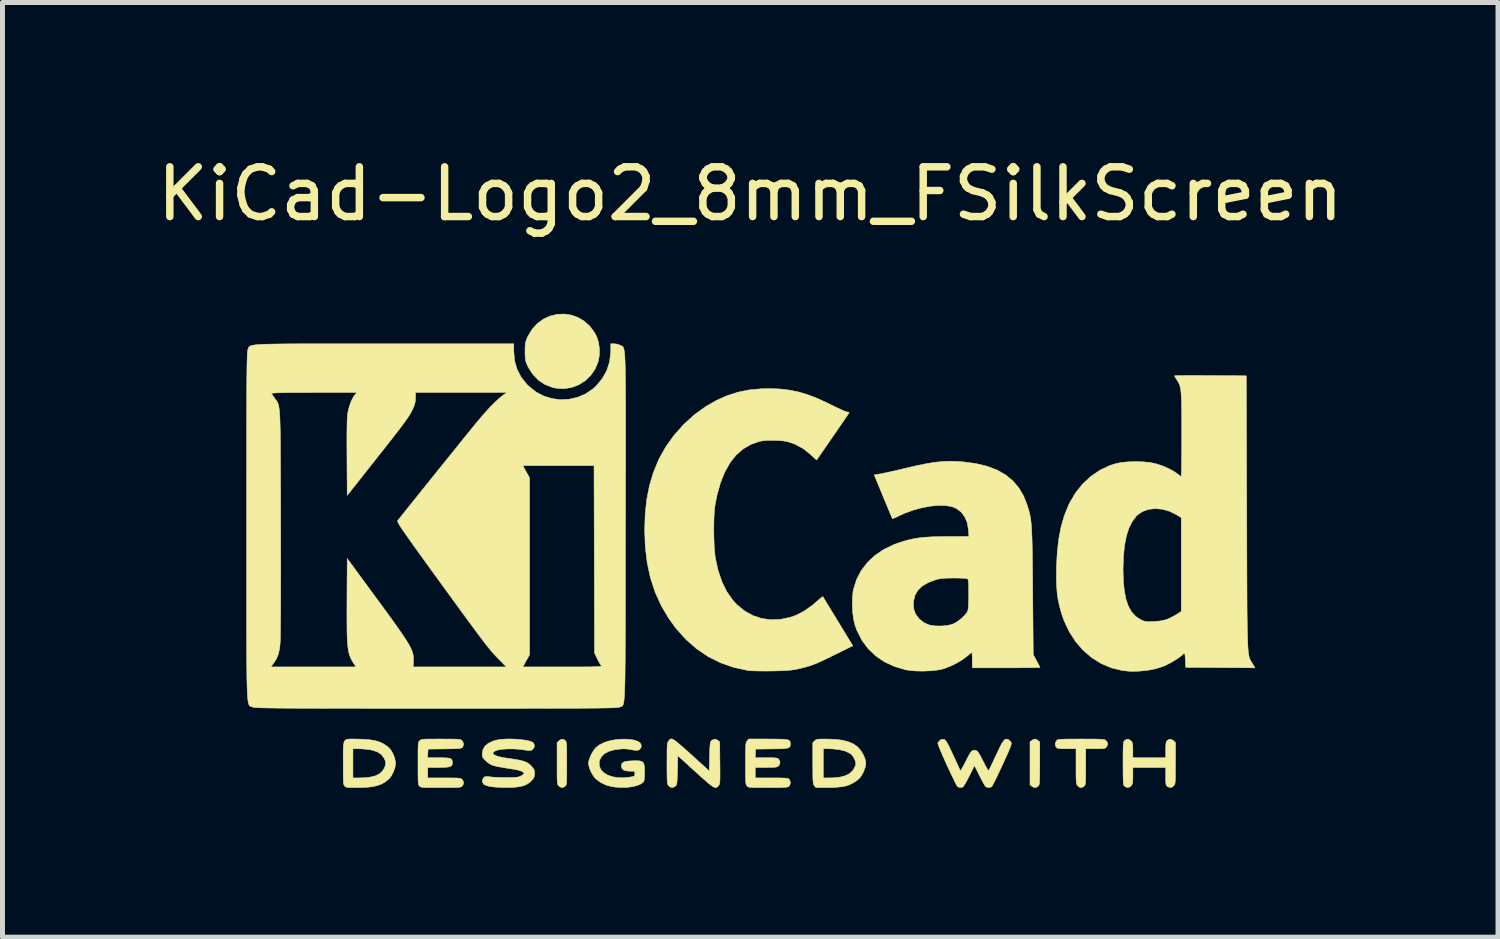
<source format=kicad_pcb>
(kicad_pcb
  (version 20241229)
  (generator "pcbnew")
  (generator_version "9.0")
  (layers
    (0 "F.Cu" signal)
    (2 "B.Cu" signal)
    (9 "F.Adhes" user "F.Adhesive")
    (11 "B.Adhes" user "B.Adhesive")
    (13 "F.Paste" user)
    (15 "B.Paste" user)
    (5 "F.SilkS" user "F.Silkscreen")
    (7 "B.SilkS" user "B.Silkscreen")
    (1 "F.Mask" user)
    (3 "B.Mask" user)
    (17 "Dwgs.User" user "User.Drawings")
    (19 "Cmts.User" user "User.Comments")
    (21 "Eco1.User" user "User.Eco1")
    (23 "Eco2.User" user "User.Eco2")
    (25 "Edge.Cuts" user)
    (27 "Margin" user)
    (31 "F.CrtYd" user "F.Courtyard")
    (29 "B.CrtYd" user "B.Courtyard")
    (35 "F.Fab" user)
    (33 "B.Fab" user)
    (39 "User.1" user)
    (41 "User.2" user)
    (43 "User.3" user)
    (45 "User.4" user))
  (footprint "KiCad-Logo2_8mm_FSilkScreen"
    (layer "F.Cu")
    (at 12.03 7.198)
    (property "Reference" "KiCad-Logo2_8mm_FSilkScreen" (at 0 -6.35 0) (layer "F.SilkS") (effects (font (size 1 1) (thickness 0.15))))
    (attr exclude_from_pos_files exclude_from_bom)
    (fp_poly (pts (xy 5.752 4.615) (xy 5.783 4.635) (xy 5.819 4.664) (xy 5.819 5.092) (xy 5.819 5.217) (xy 5.818 5.316) (xy 5.817 5.391) (xy 5.815 5.447) (xy 5.812 5.487) (xy 5.808 5.515) (xy 5.802 5.533) (xy 5.795 5.545) (xy 5.79 5.552) (xy 5.748 5.579) (xy 5.701 5.578) (xy 5.659 5.555) (xy 5.623 5.526) (xy 5.623 4.664) (xy 5.659 4.635) (xy 5.693 4.614) (xy 5.721 4.606) (xy 5.752 4.615)) (stroke (width 0.01) (type solid)) (fill yes) (layer "F.SilkS"))
    (fp_poly (pts (xy -3.718 4.636) (xy -3.709 4.647) (xy -3.702 4.66) (xy -3.697 4.679) (xy -3.693 4.708) (xy -3.69 4.751) (xy -3.689 4.811) (xy -3.688 4.89) (xy -3.688 4.994) (xy -3.688 5.095) (xy -3.688 5.22) (xy -3.688 5.318) (xy -3.689 5.393) (xy -3.691 5.449) (xy -3.694 5.489) (xy -3.698 5.516) (xy -3.703 5.533) (xy -3.711 5.545) (xy -3.718 5.553) (xy -3.762 5.579) (xy -3.808 5.577) (xy -3.85 5.549) (xy -3.86 5.537) (xy -3.867 5.524) (xy -3.873 5.506) (xy -3.877 5.479) (xy -3.88 5.439) (xy -3.882 5.383) (xy -3.883 5.308) (xy -3.883 5.209) (xy -3.883 5.097) (xy -3.883 4.68) (xy -3.846 4.643) (xy -3.801 4.612) (xy -3.756 4.611) (xy -3.718 4.636)) (stroke (width 0.01) (type solid)) (fill yes) (layer "F.SilkS"))
    (fp_poly (pts (xy -3.602 -3.916) (xy -3.466 -3.869) (xy -3.339 -3.794) (xy -3.226 -3.693) (xy -3.13 -3.564) (xy -3.087 -3.483) (xy -3.05 -3.37) (xy -3.032 -3.239) (xy -3.034 -3.105) (xy -3.056 -2.983) (xy -3.117 -2.834) (xy -3.205 -2.705) (xy -3.315 -2.598) (xy -3.444 -2.516) (xy -3.587 -2.461) (xy -3.739 -2.436) (xy -3.896 -2.444) (xy -3.973 -2.46) (xy -4.124 -2.519) (xy -4.258 -2.608) (xy -4.372 -2.726) (xy -4.463 -2.869) (xy -4.47 -2.885) (xy -4.497 -2.943) (xy -4.513 -2.993) (xy -4.522 -3.045) (xy -4.526 -3.111) (xy -4.527 -3.184) (xy -4.526 -3.271) (xy -4.521 -3.334) (xy -4.511 -3.385) (xy -4.492 -3.436) (xy -4.469 -3.487) (xy -4.384 -3.63) (xy -4.279 -3.745) (xy -4.158 -3.834) (xy -4.026 -3.895) (xy -3.886 -3.929) (xy -3.744 -3.936) (xy -3.602 -3.916)) (stroke (width 0.01) (type solid)) (fill yes) (layer "F.SilkS"))
    (fp_poly (pts (xy 6.783 4.607) (xy 6.887 4.607) (xy 6.969 4.608) (xy 7.03 4.61) (xy 7.074 4.613) (xy 7.105 4.616) (xy 7.126 4.621) (xy 7.139 4.628) (xy 7.146 4.633) (xy 7.18 4.676) (xy 7.184 4.721) (xy 7.163 4.762) (xy 7.149 4.778) (xy 7.134 4.789) (xy 7.113 4.796) (xy 7.079 4.8) (xy 7.027 4.801) (xy 6.952 4.802) (xy 6.937 4.802) (xy 6.743 4.802) (xy 6.743 5.163) (xy 6.743 5.276) (xy 6.742 5.364) (xy 6.741 5.429) (xy 6.739 5.475) (xy 6.735 5.507) (xy 6.729 5.528) (xy 6.722 5.543) (xy 6.713 5.553) (xy 6.669 5.58) (xy 6.623 5.578) (xy 6.582 5.547) (xy 6.579 5.544) (xy 6.569 5.53) (xy 6.561 5.513) (xy 6.556 5.49) (xy 6.552 5.457) (xy 6.55 5.409) (xy 6.548 5.343) (xy 6.548 5.254) (xy 6.548 5.153) (xy 6.548 4.802) (xy 6.362 4.802) (xy 6.282 4.801) (xy 6.227 4.799) (xy 6.191 4.795) (xy 6.168 4.787) (xy 6.153 4.776) (xy 6.152 4.774) (xy 6.13 4.73) (xy 6.132 4.68) (xy 6.157 4.636) (xy 6.167 4.628) (xy 6.179 4.621) (xy 6.198 4.616) (xy 6.226 4.612) (xy 6.267 4.61) (xy 6.324 4.608) (xy 6.4 4.607) (xy 6.499 4.607) (xy 6.624 4.606) (xy 6.651 4.606) (xy 6.783 4.607)) (stroke (width 0.01) (type solid)) (fill yes) (layer "F.SilkS"))
    (fp_poly (pts (xy 8.468 4.614) (xy 8.51 4.643) (xy 8.547 4.68) (xy 8.547 5.092) (xy 8.546 5.214) (xy 8.546 5.31) (xy 8.545 5.384) (xy 8.543 5.438) (xy 8.54 5.476) (xy 8.536 5.503) (xy 8.529 5.521) (xy 8.522 5.535) (xy 8.515 5.544) (xy 8.474 5.576) (xy 8.427 5.58) (xy 8.385 5.56) (xy 8.37 5.548) (xy 8.361 5.532) (xy 8.355 5.507) (xy 8.352 5.466) (xy 8.351 5.405) (xy 8.351 5.357) (xy 8.351 5.178) (xy 7.69 5.178) (xy 7.69 5.341) (xy 7.689 5.416) (xy 7.686 5.467) (xy 7.681 5.501) (xy 7.671 5.526) (xy 7.659 5.544) (xy 7.618 5.576) (xy 7.571 5.58) (xy 7.526 5.557) (xy 7.514 5.545) (xy 7.506 5.529) (xy 7.5 5.504) (xy 7.497 5.465) (xy 7.495 5.406) (xy 7.494 5.324) (xy 7.494 5.305) (xy 7.493 5.15) (xy 7.493 5.023) (xy 7.493 4.919) (xy 7.494 4.838) (xy 7.495 4.775) (xy 7.497 4.728) (xy 7.501 4.695) (xy 7.505 4.671) (xy 7.51 4.656) (xy 7.517 4.645) (xy 7.525 4.636) (xy 7.567 4.61) (xy 7.611 4.614) (xy 7.653 4.643) (xy 7.67 4.662) (xy 7.681 4.684) (xy 7.687 4.714) (xy 7.689 4.76) (xy 7.69 4.828) (xy 7.69 4.982) (xy 8.351 4.982) (xy 8.351 4.824) (xy 8.352 4.752) (xy 8.355 4.703) (xy 8.36 4.671) (xy 8.37 4.649) (xy 8.381 4.636) (xy 8.424 4.61) (xy 8.468 4.614)) (stroke (width 0.01) (type solid)) (fill yes) (layer "F.SilkS"))
    (fp_poly (pts (xy 1.531 4.607) (xy 1.703 4.612) (xy 1.849 4.63) (xy 1.971 4.661) (xy 2.073 4.705) (xy 2.157 4.764) (xy 2.224 4.84) (xy 2.278 4.932) (xy 2.279 4.934) (xy 2.311 5.017) (xy 2.323 5.09) (xy 2.314 5.164) (xy 2.283 5.248) (xy 2.278 5.261) (xy 2.239 5.336) (xy 2.195 5.394) (xy 2.139 5.443) (xy 2.062 5.492) (xy 2.057 5.494) (xy 1.99 5.527) (xy 1.915 5.551) (xy 1.825 5.567) (xy 1.718 5.578) (xy 1.586 5.582) (xy 1.54 5.583) (xy 1.319 5.583) (xy 1.288 5.544) (xy 1.279 5.531) (xy 1.272 5.516) (xy 1.266 5.494) (xy 1.263 5.464) (xy 1.26 5.42) (xy 1.259 5.388) (xy 1.468 5.388) (xy 1.593 5.388) (xy 1.666 5.386) (xy 1.741 5.38) (xy 1.802 5.372) (xy 1.806 5.372) (xy 1.916 5.342) (xy 2 5.298) (xy 2.064 5.237) (xy 2.107 5.157) (xy 2.115 5.136) (xy 2.122 5.103) (xy 2.119 5.071) (xy 2.103 5.028) (xy 2.094 5.006) (xy 2.063 4.95) (xy 2.025 4.91) (xy 1.984 4.883) (xy 1.902 4.847) (xy 1.796 4.821) (xy 1.673 4.806) (xy 1.584 4.802) (xy 1.468 4.802) (xy 1.468 5.388) (xy 1.259 5.388) (xy 1.258 5.36) (xy 1.258 5.279) (xy 1.257 5.174) (xy 1.257 5.092) (xy 1.257 4.68) (xy 1.294 4.643) (xy 1.31 4.628) (xy 1.328 4.618) (xy 1.353 4.612) (xy 1.39 4.608) (xy 1.446 4.607) (xy 1.526 4.607) (xy 1.531 4.607)) (stroke (width 0.01) (type solid)) (fill yes) (layer "F.SilkS"))
    (fp_poly (pts (xy -7.975 4.606) (xy -7.922 4.607) (xy -7.768 4.611) (xy -7.639 4.622) (xy -7.531 4.641) (xy -7.439 4.67) (xy -7.358 4.711) (xy -7.286 4.763) (xy -7.259 4.785) (xy -7.216 4.838) (xy -7.177 4.91) (xy -7.147 4.99) (xy -7.131 5.067) (xy -7.129 5.095) (xy -7.14 5.173) (xy -7.169 5.259) (xy -7.21 5.34) (xy -7.259 5.404) (xy -7.267 5.412) (xy -7.335 5.467) (xy -7.409 5.51) (xy -7.493 5.541) (xy -7.593 5.564) (xy -7.712 5.577) (xy -7.854 5.583) (xy -7.919 5.583) (xy -8.002 5.583) (xy -8.06 5.581) (xy -8.099 5.578) (xy -8.125 5.571) (xy -8.142 5.562) (xy -8.151 5.553) (xy -8.16 5.543) (xy -8.167 5.53) (xy -8.172 5.511) (xy -8.176 5.481) (xy -8.179 5.439) (xy -8.18 5.379) (xy -8.181 5.299) (xy -8.181 5.196) (xy -8.181 5.095) (xy -8.182 4.961) (xy -8.182 4.853) (xy -8.18 4.802) (xy -7.986 4.802) (xy -7.986 5.388) (xy -7.862 5.388) (xy -7.787 5.386) (xy -7.709 5.38) (xy -7.644 5.372) (xy -7.642 5.372) (xy -7.537 5.347) (xy -7.455 5.307) (xy -7.393 5.251) (xy -7.353 5.189) (xy -7.329 5.122) (xy -7.331 5.058) (xy -7.359 4.99) (xy -7.414 4.919) (xy -7.491 4.867) (xy -7.59 4.832) (xy -7.657 4.819) (xy -7.732 4.811) (xy -7.812 4.804) (xy -7.881 4.802) (xy -7.885 4.802) (xy -7.986 4.802) (xy -8.18 4.802) (xy -8.18 4.77) (xy -8.174 4.708) (xy -8.163 4.663) (xy -8.145 4.634) (xy -8.119 4.617) (xy -8.083 4.608) (xy -8.036 4.606) (xy -7.975 4.606)) (stroke (width 0.01) (type solid)) (fill yes) (layer "F.SilkS"))
    (fp_poly (pts (xy -1.556 4.612) (xy -1.524 4.631) (xy -1.483 4.661) (xy -1.431 4.704) (xy -1.364 4.762) (xy -1.281 4.835) (xy -1.18 4.926) (xy -1.065 5.031) (xy -0.824 5.249) (xy -0.817 4.957) (xy -0.814 4.856) (xy -0.812 4.781) (xy -0.808 4.727) (xy -0.804 4.691) (xy -0.799 4.667) (xy -0.79 4.651) (xy -0.78 4.64) (xy -0.774 4.635) (xy -0.728 4.61) (xy -0.684 4.614) (xy -0.649 4.635) (xy -0.614 4.664) (xy -0.61 5.083) (xy -0.608 5.206) (xy -0.608 5.303) (xy -0.608 5.377) (xy -0.609 5.432) (xy -0.612 5.471) (xy -0.616 5.499) (xy -0.621 5.518) (xy -0.629 5.532) (xy -0.637 5.543) (xy -0.655 5.564) (xy -0.673 5.578) (xy -0.693 5.583) (xy -0.718 5.578) (xy -0.751 5.562) (xy -0.793 5.533) (xy -0.848 5.489) (xy -0.917 5.429) (xy -1.004 5.352) (xy -1.102 5.263) (xy -1.456 4.942) (xy -1.463 5.234) (xy -1.466 5.335) (xy -1.469 5.41) (xy -1.472 5.463) (xy -1.476 5.5) (xy -1.482 5.523) (xy -1.49 5.539) (xy -1.501 5.55) (xy -1.506 5.555) (xy -1.555 5.58) (xy -1.602 5.576) (xy -1.642 5.544) (xy -1.652 5.531) (xy -1.659 5.515) (xy -1.664 5.494) (xy -1.668 5.464) (xy -1.671 5.42) (xy -1.672 5.359) (xy -1.673 5.278) (xy -1.674 5.173) (xy -1.674 5.095) (xy -1.673 4.973) (xy -1.673 4.878) (xy -1.672 4.805) (xy -1.67 4.751) (xy -1.667 4.713) (xy -1.662 4.686) (xy -1.656 4.668) (xy -1.648 4.654) (xy -1.642 4.646) (xy -1.627 4.627) (xy -1.613 4.613) (xy -1.598 4.605) (xy -1.58 4.604) (xy -1.556 4.612)) (stroke (width 0.01) (type solid)) (fill yes) (layer "F.SilkS"))
    (fp_poly (pts (xy -2.421 4.614) (xy -2.33 4.629) (xy -2.26 4.653) (xy -2.214 4.684) (xy -2.202 4.702) (xy -2.189 4.744) (xy -2.198 4.781) (xy -2.225 4.817) (xy -2.266 4.834) (xy -2.327 4.832) (xy -2.374 4.823) (xy -2.478 4.806) (xy -2.584 4.804) (xy -2.703 4.818) (xy -2.736 4.824) (xy -2.846 4.855) (xy -2.933 4.902) (xy -2.994 4.963) (xy -3.03 5.037) (xy -3.037 5.075) (xy -3.032 5.154) (xy -3.001 5.223) (xy -2.947 5.281) (xy -2.872 5.328) (xy -2.779 5.362) (xy -2.671 5.382) (xy -2.551 5.386) (xy -2.422 5.373) (xy -2.415 5.371) (xy -2.364 5.362) (xy -2.335 5.353) (xy -2.323 5.339) (xy -2.32 5.316) (xy -2.32 5.304) (xy -2.32 5.253) (xy -2.411 5.253) (xy -2.492 5.247) (xy -2.546 5.23) (xy -2.578 5.198) (xy -2.59 5.152) (xy -2.59 5.146) (xy -2.583 5.106) (xy -2.56 5.078) (xy -2.517 5.059) (xy -2.45 5.049) (xy -2.385 5.045) (xy -2.291 5.042) (xy -2.223 5.046) (xy -2.176 5.059) (xy -2.147 5.085) (xy -2.132 5.127) (xy -2.126 5.191) (xy -2.124 5.273) (xy -2.126 5.366) (xy -2.132 5.429) (xy -2.141 5.462) (xy -2.143 5.465) (xy -2.195 5.507) (xy -2.271 5.54) (xy -2.366 5.564) (xy -2.476 5.578) (xy -2.596 5.58) (xy -2.72 5.572) (xy -2.793 5.561) (xy -2.908 5.528) (xy -3.015 5.475) (xy -3.104 5.406) (xy -3.118 5.393) (xy -3.162 5.335) (xy -3.202 5.263) (xy -3.232 5.188) (xy -3.25 5.119) (xy -3.252 5.093) (xy -3.243 5.038) (xy -3.219 4.97) (xy -3.186 4.898) (xy -3.146 4.833) (xy -3.112 4.789) (xy -3.031 4.724) (xy -2.926 4.672) (xy -2.801 4.635) (xy -2.66 4.613) (xy -2.53 4.608) (xy -2.421 4.614)) (stroke (width 0.01) (type solid)) (fill yes) (layer "F.SilkS"))
    (fp_poly (pts (xy 0.482 4.607) (xy 0.583 4.608) (xy 0.661 4.611) (xy 0.719 4.616) (xy 0.758 4.624) (xy 0.784 4.636) (xy 0.798 4.652) (xy 0.805 4.673) (xy 0.806 4.699) (xy 0.806 4.703) (xy 0.805 4.733) (xy 0.799 4.756) (xy 0.784 4.774) (xy 0.757 4.786) (xy 0.715 4.794) (xy 0.655 4.8) (xy 0.572 4.803) (xy 0.463 4.805) (xy 0.43 4.805) (xy 0.107 4.809) (xy 0.103 4.896) (xy 0.098 4.982) (xy 0.322 4.982) (xy 0.41 4.982) (xy 0.472 4.984) (xy 0.515 4.987) (xy 0.542 4.992) (xy 0.56 5) (xy 0.573 5.012) (xy 0.573 5.012) (xy 0.596 5.056) (xy 0.595 5.105) (xy 0.571 5.146) (xy 0.566 5.15) (xy 0.549 5.161) (xy 0.525 5.169) (xy 0.49 5.174) (xy 0.438 5.176) (xy 0.364 5.177) (xy 0.316 5.178) (xy 0.1 5.178) (xy 0.1 5.388) (xy 0.428 5.388) (xy 0.537 5.388) (xy 0.619 5.389) (xy 0.679 5.391) (xy 0.721 5.393) (xy 0.749 5.398) (xy 0.767 5.404) (xy 0.778 5.412) (xy 0.781 5.415) (xy 0.803 5.457) (xy 0.805 5.505) (xy 0.787 5.547) (xy 0.773 5.56) (xy 0.758 5.567) (xy 0.736 5.573) (xy 0.702 5.577) (xy 0.653 5.58) (xy 0.585 5.582) (xy 0.495 5.583) (xy 0.379 5.583) (xy 0.353 5.583) (xy 0.235 5.583) (xy 0.143 5.583) (xy 0.075 5.582) (xy 0.025 5.58) (xy -0.01 5.577) (xy -0.033 5.572) (xy -0.048 5.565) (xy -0.059 5.557) (xy -0.065 5.55) (xy -0.074 5.539) (xy -0.081 5.526) (xy -0.086 5.506) (xy -0.09 5.477) (xy -0.093 5.434) (xy -0.094 5.374) (xy -0.095 5.294) (xy -0.095 5.189) (xy -0.095 5.102) (xy -0.095 4.979) (xy -0.095 4.882) (xy -0.094 4.808) (xy -0.092 4.754) (xy -0.089 4.715) (xy -0.085 4.688) (xy -0.079 4.669) (xy -0.071 4.655) (xy -0.064 4.646) (xy -0.033 4.606) (xy 0.353 4.606) (xy 0.482 4.607)) (stroke (width 0.01) (type solid)) (fill yes) (layer "F.SilkS"))
    (fp_poly (pts (xy -6.099 4.607) (xy -6.007 4.607) (xy -5.937 4.608) (xy -5.886 4.61) (xy -5.851 4.614) (xy -5.827 4.618) (xy -5.811 4.625) (xy -5.799 4.633) (xy -5.795 4.637) (xy -5.768 4.678) (xy -5.763 4.726) (xy -5.781 4.768) (xy -5.789 4.777) (xy -5.802 4.785) (xy -5.823 4.791) (xy -5.855 4.796) (xy -5.903 4.8) (xy -5.971 4.802) (xy -6.062 4.804) (xy -6.146 4.805) (xy -6.476 4.809) (xy -6.485 4.982) (xy -6.261 4.982) (xy -6.164 4.983) (xy -6.092 4.986) (xy -6.043 4.994) (xy -6.012 5.007) (xy -5.995 5.028) (xy -5.988 5.057) (xy -5.987 5.084) (xy -5.99 5.117) (xy -6.003 5.141) (xy -6.028 5.158) (xy -6.071 5.169) (xy -6.133 5.175) (xy -6.221 5.177) (xy -6.268 5.178) (xy -6.483 5.178) (xy -6.483 5.388) (xy -6.152 5.388) (xy -6.044 5.388) (xy -5.962 5.389) (xy -5.901 5.39) (xy -5.859 5.393) (xy -5.83 5.397) (xy -5.811 5.404) (xy -5.798 5.412) (xy -5.792 5.418) (xy -5.769 5.454) (xy -5.762 5.486) (xy -5.772 5.525) (xy -5.792 5.553) (xy -5.802 5.562) (xy -5.816 5.569) (xy -5.836 5.575) (xy -5.866 5.578) (xy -5.911 5.581) (xy -5.973 5.582) (xy -6.056 5.583) (xy -6.164 5.583) (xy -6.22 5.583) (xy -6.34 5.583) (xy -6.434 5.583) (xy -6.505 5.582) (xy -6.556 5.58) (xy -6.592 5.576) (xy -6.617 5.572) (xy -6.633 5.566) (xy -6.644 5.558) (xy -6.648 5.553) (xy -6.657 5.543) (xy -6.664 5.53) (xy -6.669 5.511) (xy -6.673 5.481) (xy -6.676 5.438) (xy -6.677 5.379) (xy -6.678 5.298) (xy -6.678 5.194) (xy -6.678 5.097) (xy -6.678 4.973) (xy -6.678 4.876) (xy -6.677 4.801) (xy -6.676 4.746) (xy -6.673 4.707) (xy -6.669 4.681) (xy -6.663 4.663) (xy -6.656 4.651) (xy -6.646 4.641) (xy -6.644 4.639) (xy -6.632 4.629) (xy -6.619 4.622) (xy -6.6 4.616) (xy -6.571 4.612) (xy -6.53 4.609) (xy -6.472 4.607) (xy -6.394 4.607) (xy -6.291 4.606) (xy -6.218 4.606) (xy -6.099 4.607)) (stroke (width 0.01) (type solid)) (fill yes) (layer "F.SilkS"))
    (fp_poly (pts (xy 5.161 4.609) (xy 5.187 4.618) (xy 5.188 4.619) (xy 5.223 4.646) (xy 5.243 4.674) (xy 5.246 4.687) (xy 5.246 4.704) (xy 5.241 4.729) (xy 5.229 4.764) (xy 5.21 4.812) (xy 5.182 4.878) (xy 5.144 4.962) (xy 5.095 5.07) (xy 5.068 5.129) (xy 5.019 5.233) (xy 4.974 5.33) (xy 4.933 5.414) (xy 4.898 5.483) (xy 4.872 5.533) (xy 4.856 5.561) (xy 4.852 5.565) (xy 4.811 5.581) (xy 4.764 5.579) (xy 4.727 5.559) (xy 4.725 5.557) (xy 4.711 5.534) (xy 4.686 5.491) (xy 4.654 5.431) (xy 4.618 5.361) (xy 4.605 5.336) (xy 4.507 5.14) (xy 4.401 5.352) (xy 4.363 5.426) (xy 4.328 5.489) (xy 4.298 5.538) (xy 4.277 5.568) (xy 4.27 5.574) (xy 4.215 5.582) (xy 4.169 5.565) (xy 4.155 5.546) (xy 4.132 5.503) (xy 4.101 5.442) (xy 4.064 5.366) (xy 4.022 5.278) (xy 3.978 5.185) (xy 3.934 5.089) (xy 3.892 4.994) (xy 3.853 4.906) (xy 3.82 4.827) (xy 3.793 4.763) (xy 3.776 4.717) (xy 3.77 4.693) (xy 3.77 4.692) (xy 3.785 4.663) (xy 3.814 4.633) (xy 3.816 4.631) (xy 3.852 4.611) (xy 3.885 4.611) (xy 3.898 4.615) (xy 3.913 4.623) (xy 3.929 4.64) (xy 3.949 4.667) (xy 3.973 4.71) (xy 4.003 4.771) (xy 4.043 4.854) (xy 4.078 4.93) (xy 4.119 5.018) (xy 4.156 5.097) (xy 4.186 5.164) (xy 4.209 5.213) (xy 4.221 5.241) (xy 4.223 5.245) (xy 4.231 5.238) (xy 4.25 5.208) (xy 4.277 5.16) (xy 4.31 5.098) (xy 4.323 5.072) (xy 4.366 4.986) (xy 4.4 4.923) (xy 4.427 4.88) (xy 4.449 4.853) (xy 4.469 4.838) (xy 4.491 4.832) (xy 4.505 4.832) (xy 4.529 4.834) (xy 4.551 4.843) (xy 4.573 4.863) (xy 4.597 4.897) (xy 4.627 4.949) (xy 4.665 5.022) (xy 4.687 5.064) (xy 4.721 5.131) (xy 4.751 5.186) (xy 4.774 5.226) (xy 4.787 5.244) (xy 4.789 5.245) (xy 4.798 5.23) (xy 4.817 5.193) (xy 4.845 5.135) (xy 4.88 5.062) (xy 4.919 4.978) (xy 4.939 4.937) (xy 4.99 4.829) (xy 5.03 4.746) (xy 5.063 4.685) (xy 5.091 4.644) (xy 5.115 4.619) (xy 5.137 4.608) (xy 5.161 4.609)) (stroke (width 0.01) (type solid)) (fill yes) (layer "F.SilkS"))
    (fp_poly (pts (xy -4.74 4.608) (xy -4.64 4.615) (xy -4.548 4.626) (xy -4.467 4.64) (xy -4.405 4.658) (xy -4.365 4.678) (xy -4.359 4.684) (xy -4.338 4.73) (xy -4.345 4.777) (xy -4.377 4.818) (xy -4.379 4.819) (xy -4.398 4.831) (xy -4.418 4.838) (xy -4.446 4.839) (xy -4.489 4.834) (xy -4.554 4.824) (xy -4.559 4.823) (xy -4.656 4.811) (xy -4.761 4.805) (xy -4.865 4.805) (xy -4.963 4.81) (xy -5.047 4.821) (xy -5.108 4.837) (xy -5.112 4.839) (xy -5.157 4.864) (xy -5.173 4.889) (xy -5.161 4.914) (xy -5.121 4.938) (xy -5.056 4.96) (xy -4.965 4.98) (xy -4.905 4.989) (xy -4.78 5.007) (xy -4.68 5.023) (xy -4.601 5.04) (xy -4.54 5.057) (xy -4.492 5.078) (xy -4.453 5.102) (xy -4.417 5.132) (xy -4.389 5.161) (xy -4.356 5.203) (xy -4.339 5.238) (xy -4.334 5.281) (xy -4.334 5.297) (xy -4.338 5.35) (xy -4.353 5.39) (xy -4.38 5.424) (xy -4.434 5.478) (xy -4.495 5.519) (xy -4.567 5.548) (xy -4.653 5.567) (xy -4.76 5.578) (xy -4.891 5.581) (xy -4.912 5.581) (xy -5 5.579) (xy -5.086 5.575) (xy -5.163 5.569) (xy -5.22 5.562) (xy -5.224 5.562) (xy -5.281 5.548) (xy -5.329 5.531) (xy -5.356 5.516) (xy -5.381 5.475) (xy -5.383 5.428) (xy -5.361 5.385) (xy -5.356 5.381) (xy -5.336 5.366) (xy -5.311 5.36) (xy -5.272 5.361) (xy -5.224 5.367) (xy -5.172 5.372) (xy -5.098 5.376) (xy -5.011 5.379) (xy -4.921 5.38) (xy -4.897 5.38) (xy -4.807 5.38) (xy -4.741 5.378) (xy -4.693 5.374) (xy -4.658 5.368) (xy -4.63 5.358) (xy -4.613 5.35) (xy -4.575 5.328) (xy -4.551 5.308) (xy -4.548 5.302) (xy -4.555 5.279) (xy -4.59 5.256) (xy -4.65 5.235) (xy -4.733 5.217) (xy -4.758 5.213) (xy -4.886 5.193) (xy -4.987 5.176) (xy -5.068 5.162) (xy -5.13 5.148) (xy -5.178 5.134) (xy -5.216 5.118) (xy -5.248 5.099) (xy -5.278 5.077) (xy -5.309 5.049) (xy -5.32 5.039) (xy -5.357 5.003) (xy -5.377 4.974) (xy -5.385 4.941) (xy -5.386 4.899) (xy -5.372 4.818) (xy -5.331 4.748) (xy -5.263 4.691) (xy -5.168 4.647) (xy -5.1 4.628) (xy -5.027 4.615) (xy -4.939 4.608) (xy -4.841 4.605) (xy -4.74 4.608)) (stroke (width 0.01) (type solid)) (fill yes) (layer "F.SilkS"))
    (fp_poly (pts (xy 0.581 -2.431) (xy 0.777 -2.409) (xy 0.967 -2.371) (xy 1.158 -2.314) (xy 1.358 -2.236) (xy 1.576 -2.135) (xy 1.615 -2.115) (xy 1.705 -2.071) (xy 1.79 -2.031) (xy 1.861 -1.999) (xy 1.91 -1.979) (xy 1.918 -1.977) (xy 1.991 -1.955) (xy 1.665 -1.481) (xy 1.585 -1.365) (xy 1.512 -1.259) (xy 1.449 -1.167) (xy 1.397 -1.092) (xy 1.359 -1.038) (xy 1.339 -1.008) (xy 1.335 -1.003) (xy 1.322 -1.013) (xy 1.288 -1.043) (xy 1.24 -1.087) (xy 1.214 -1.112) (xy 1.065 -1.231) (xy 0.897 -1.321) (xy 0.753 -1.37) (xy 0.666 -1.386) (xy 0.558 -1.395) (xy 0.44 -1.398) (xy 0.326 -1.395) (xy 0.229 -1.385) (xy 0.19 -1.378) (xy 0.015 -1.317) (xy -0.143 -1.225) (xy -0.284 -1.102) (xy -0.407 -0.947) (xy -0.512 -0.76) (xy -0.599 -0.543) (xy -0.669 -0.294) (xy -0.71 -0.082) (xy -0.721 0.012) (xy -0.728 0.134) (xy -0.732 0.273) (xy -0.733 0.423) (xy -0.73 0.575) (xy -0.725 0.718) (xy -0.716 0.846) (xy -0.704 0.949) (xy -0.702 0.964) (xy -0.646 1.22) (xy -0.569 1.445) (xy -0.472 1.643) (xy -0.353 1.813) (xy -0.269 1.905) (xy -0.117 2.03) (xy 0.049 2.123) (xy 0.227 2.182) (xy 0.414 2.209) (xy 0.607 2.201) (xy 0.803 2.16) (xy 0.92 2.119) (xy 1.08 2.037) (xy 1.246 1.92) (xy 1.339 1.84) (xy 1.391 1.794) (xy 1.432 1.761) (xy 1.455 1.745) (xy 1.458 1.744) (xy 1.469 1.761) (xy 1.496 1.804) (xy 1.537 1.872) (xy 1.59 1.959) (xy 1.653 2.062) (xy 1.723 2.177) (xy 1.762 2.241) (xy 2.061 2.732) (xy 1.688 2.916) (xy 1.553 2.982) (xy 1.444 3.034) (xy 1.354 3.075) (xy 1.276 3.107) (xy 1.203 3.133) (xy 1.13 3.155) (xy 1.049 3.176) (xy 0.971 3.195) (xy 0.901 3.209) (xy 0.829 3.22) (xy 0.746 3.228) (xy 0.645 3.233) (xy 0.52 3.237) (xy 0.435 3.239) (xy 0.315 3.24) (xy 0.199 3.239) (xy 0.096 3.237) (xy 0.013 3.234) (xy -0.042 3.229) (xy -0.045 3.228) (xy -0.33 3.167) (xy -0.598 3.073) (xy -0.848 2.948) (xy -1.08 2.791) (xy -1.295 2.602) (xy -1.492 2.382) (xy -1.635 2.186) (xy -1.787 1.93) (xy -1.91 1.659) (xy -2.005 1.372) (xy -2.071 1.066) (xy -2.11 0.74) (xy -2.122 0.408) (xy -2.112 0.087) (xy -2.08 -0.209) (xy -2.026 -0.486) (xy -1.948 -0.747) (xy -1.845 -0.999) (xy -1.833 -1.025) (xy -1.697 -1.268) (xy -1.531 -1.5) (xy -1.338 -1.716) (xy -1.125 -1.91) (xy -0.894 -2.077) (xy -0.679 -2.2) (xy -0.462 -2.297) (xy -0.244 -2.366) (xy -0.018 -2.412) (xy 0.226 -2.434) (xy 0.372 -2.437) (xy 0.581 -2.431)) (stroke (width 0.01) (type solid)) (fill yes) (layer "F.SilkS"))
    (fp_poly (pts (xy 9.042 -2.7) (xy 9.196 -2.699) (xy 9.248 -2.699) (xy 9.97 -2.694) (xy 9.979 0.073) (xy 9.98 0.448) (xy 9.981 0.788) (xy 9.982 1.096) (xy 9.983 1.373) (xy 9.984 1.621) (xy 9.985 1.841) (xy 9.986 2.036) (xy 9.988 2.206) (xy 9.99 2.354) (xy 9.993 2.482) (xy 9.996 2.592) (xy 9.999 2.684) (xy 10.003 2.761) (xy 10.008 2.825) (xy 10.013 2.877) (xy 10.02 2.92) (xy 10.027 2.954) (xy 10.035 2.982) (xy 10.044 3.005) (xy 10.055 3.026) (xy 10.066 3.045) (xy 10.079 3.066) (xy 10.093 3.089) (xy 10.096 3.093) (xy 10.144 3.175) (xy 8.754 3.166) (xy 8.745 3.013) (xy 8.74 2.94) (xy 8.735 2.898) (xy 8.728 2.881) (xy 8.717 2.884) (xy 8.709 2.894) (xy 8.67 2.929) (xy 8.608 2.975) (xy 8.531 3.025) (xy 8.447 3.074) (xy 8.365 3.117) (xy 8.302 3.145) (xy 8.155 3.192) (xy 7.986 3.225) (xy 7.808 3.243) (xy 7.633 3.245) (xy 7.474 3.229) (xy 7.472 3.229) (xy 7.254 3.174) (xy 7.05 3.087) (xy 6.863 2.97) (xy 6.693 2.824) (xy 6.542 2.651) (xy 6.414 2.453) (xy 6.309 2.232) (xy 6.252 2.068) (xy 6.215 1.931) (xy 6.187 1.799) (xy 6.168 1.663) (xy 6.157 1.514) (xy 6.153 1.347) (xy 6.155 1.209) (xy 7.493 1.209) (xy 7.5 1.439) (xy 7.52 1.637) (xy 7.554 1.805) (xy 7.603 1.943) (xy 7.668 2.055) (xy 7.748 2.142) (xy 7.842 2.204) (xy 7.89 2.227) (xy 7.932 2.24) (xy 7.979 2.247) (xy 8.042 2.247) (xy 8.11 2.245) (xy 8.243 2.233) (xy 8.349 2.21) (xy 8.382 2.198) (xy 8.458 2.164) (xy 8.538 2.121) (xy 8.572 2.1) (xy 8.663 2.041) (xy 8.663 0.155) (xy 8.563 0.095) (xy 8.424 0.027) (xy 8.282 -0.013) (xy 8.142 -0.025) (xy 8.009 -0.011) (xy 7.889 0.031) (xy 7.787 0.099) (xy 7.754 0.131) (xy 7.675 0.239) (xy 7.61 0.368) (xy 7.561 0.523) (xy 7.525 0.704) (xy 7.503 0.915) (xy 7.494 1.157) (xy 7.493 1.209) (xy 6.155 1.209) (xy 6.155 1.152) (xy 6.171 0.854) (xy 6.201 0.584) (xy 6.248 0.34) (xy 6.312 0.118) (xy 6.394 -0.087) (xy 6.424 -0.148) (xy 6.542 -0.347) (xy 6.684 -0.523) (xy 6.848 -0.674) (xy 7.029 -0.798) (xy 7.225 -0.891) (xy 7.343 -0.929) (xy 7.458 -0.952) (xy 7.597 -0.965) (xy 7.748 -0.97) (xy 7.898 -0.965) (xy 8.038 -0.951) (xy 8.15 -0.928) (xy 8.283 -0.885) (xy 8.412 -0.829) (xy 8.525 -0.767) (xy 8.585 -0.725) (xy 8.627 -0.693) (xy 8.656 -0.674) (xy 8.662 -0.671) (xy 8.664 -0.689) (xy 8.666 -0.739) (xy 8.668 -0.819) (xy 8.669 -0.924) (xy 8.671 -1.051) (xy 8.672 -1.197) (xy 8.672 -1.357) (xy 8.672 -1.521) (xy 8.672 -1.731) (xy 8.672 -1.908) (xy 8.67 -2.055) (xy 8.668 -2.176) (xy 8.665 -2.274) (xy 8.659 -2.353) (xy 8.652 -2.416) (xy 8.643 -2.467) (xy 8.631 -2.508) (xy 8.616 -2.543) (xy 8.598 -2.576) (xy 8.577 -2.61) (xy 8.574 -2.614) (xy 8.546 -2.658) (xy 8.529 -2.688) (xy 8.527 -2.694) (xy 8.545 -2.696) (xy 8.595 -2.698) (xy 8.673 -2.699) (xy 8.776 -2.7) (xy 8.9 -2.7) (xy 9.042 -2.7)) (stroke (width 0.01) (type solid)) (fill yes) (layer "F.SilkS"))
    (fp_poly (pts (xy 4.186 -0.972) (xy 4.276 -0.965) (xy 4.533 -0.931) (xy 4.76 -0.877) (xy 4.96 -0.801) (xy 5.132 -0.703) (xy 5.278 -0.583) (xy 5.4 -0.44) (xy 5.497 -0.272) (xy 5.568 -0.091) (xy 5.586 -0.033) (xy 5.602 0.021) (xy 5.615 0.075) (xy 5.627 0.13) (xy 5.637 0.191) (xy 5.645 0.26) (xy 5.652 0.339) (xy 5.657 0.433) (xy 5.662 0.543) (xy 5.666 0.672) (xy 5.669 0.825) (xy 5.671 1.003) (xy 5.674 1.209) (xy 5.676 1.447) (xy 5.677 1.633) (xy 5.688 2.912) (xy 5.756 3.035) (xy 5.788 3.094) (xy 5.812 3.14) (xy 5.823 3.165) (xy 5.824 3.167) (xy 5.806 3.168) (xy 5.757 3.17) (xy 5.678 3.172) (xy 5.576 3.173) (xy 5.453 3.174) (xy 5.314 3.175) (xy 5.162 3.175) (xy 5.144 3.175) (xy 4.463 3.175) (xy 4.463 3.021) (xy 4.462 2.951) (xy 4.459 2.898) (xy 4.454 2.869) (xy 4.452 2.867) (xy 4.434 2.878) (xy 4.397 2.907) (xy 4.349 2.948) (xy 4.348 2.949) (xy 4.26 3.014) (xy 4.149 3.08) (xy 4.028 3.139) (xy 3.908 3.186) (xy 3.855 3.202) (xy 3.751 3.222) (xy 3.622 3.235) (xy 3.481 3.241) (xy 3.34 3.239) (xy 3.211 3.228) (xy 3.121 3.214) (xy 2.899 3.148) (xy 2.699 3.056) (xy 2.522 2.936) (xy 2.371 2.791) (xy 2.245 2.622) (xy 2.147 2.43) (xy 2.104 2.313) (xy 2.078 2.2) (xy 2.06 2.064) (xy 2.052 1.917) (xy 2.052 1.896) (xy 3.279 1.896) (xy 3.289 2.005) (xy 3.323 2.095) (xy 3.386 2.179) (xy 3.41 2.204) (xy 3.496 2.27) (xy 3.594 2.313) (xy 3.713 2.333) (xy 3.837 2.335) (xy 3.956 2.325) (xy 4.046 2.305) (xy 4.086 2.29) (xy 4.156 2.25) (xy 4.232 2.194) (xy 4.3 2.131) (xy 4.351 2.07) (xy 4.365 2.047) (xy 4.375 2.016) (xy 4.383 1.967) (xy 4.388 1.894) (xy 4.39 1.793) (xy 4.391 1.697) (xy 4.39 1.585) (xy 4.389 1.504) (xy 4.386 1.449) (xy 4.381 1.414) (xy 4.373 1.394) (xy 4.362 1.384) (xy 4.359 1.383) (xy 4.33 1.378) (xy 4.272 1.374) (xy 4.193 1.371) (xy 4.102 1.37) (xy 4.082 1.37) (xy 3.96 1.372) (xy 3.866 1.378) (xy 3.791 1.388) (xy 3.729 1.404) (xy 3.575 1.462) (xy 3.455 1.533) (xy 3.367 1.619) (xy 3.309 1.721) (xy 3.282 1.839) (xy 3.279 1.896) (xy 2.052 1.896) (xy 2.054 1.774) (xy 2.066 1.645) (xy 2.076 1.592) (xy 2.137 1.399) (xy 2.23 1.221) (xy 2.353 1.06) (xy 2.504 0.918) (xy 2.682 0.797) (xy 2.885 0.698) (xy 3.057 0.638) (xy 3.172 0.606) (xy 3.282 0.581) (xy 3.395 0.563) (xy 3.516 0.55) (xy 3.654 0.542) (xy 3.816 0.538) (xy 3.962 0.536) (xy 4.395 0.535) (xy 4.386 0.405) (xy 4.363 0.264) (xy 4.313 0.143) (xy 4.238 0.044) (xy 4.141 -0.029) (xy 4.056 -0.064) (xy 3.934 -0.086) (xy 3.789 -0.09) (xy 3.627 -0.075) (xy 3.455 -0.043) (xy 3.281 0.004) (xy 3.111 0.065) (xy 2.987 0.121) (xy 2.928 0.15) (xy 2.882 0.17) (xy 2.859 0.178) (xy 2.858 0.178) (xy 2.85 0.16) (xy 2.83 0.114) (xy 2.8 0.042) (xy 2.762 -0.049) (xy 2.717 -0.156) (xy 2.672 -0.265) (xy 2.492 -0.703) (xy 2.62 -0.724) (xy 2.676 -0.735) (xy 2.76 -0.753) (xy 2.864 -0.776) (xy 2.982 -0.803) (xy 3.107 -0.833) (xy 3.157 -0.845) (xy 3.372 -0.895) (xy 3.56 -0.932) (xy 3.728 -0.958) (xy 3.884 -0.973) (xy 4.034 -0.977) (xy 4.186 -0.972)) (stroke (width 0.01) (type solid)) (fill yes) (layer "F.SilkS"))
    (fp_poly (pts (xy -7.87 -3.338) (xy -7.521 -3.338) (xy -7.358 -3.338) (xy -4.753 -3.338) (xy -4.753 -3.185) (xy -4.737 -2.998) (xy -4.688 -2.826) (xy -4.605 -2.667) (xy -4.488 -2.52) (xy -4.448 -2.481) (xy -4.306 -2.369) (xy -4.149 -2.287) (xy -3.982 -2.236) (xy -3.81 -2.214) (xy -3.637 -2.224) (xy -3.468 -2.263) (xy -3.308 -2.332) (xy -3.162 -2.432) (xy -3.096 -2.492) (xy -2.973 -2.639) (xy -2.883 -2.801) (xy -2.827 -2.976) (xy -2.805 -3.161) (xy -2.804 -3.18) (xy -2.803 -3.338) (xy -2.733 -3.338) (xy -2.671 -3.33) (xy -2.615 -3.309) (xy -2.611 -3.307) (xy -2.598 -3.301) (xy -2.587 -3.296) (xy -2.576 -3.29) (xy -2.566 -3.284) (xy -2.557 -3.274) (xy -2.549 -3.26) (xy -2.542 -3.239) (xy -2.536 -3.211) (xy -2.53 -3.174) (xy -2.525 -3.127) (xy -2.521 -3.067) (xy -2.517 -2.994) (xy -2.514 -2.906) (xy -2.512 -2.801) (xy -2.51 -2.678) (xy -2.508 -2.535) (xy -2.507 -2.372) (xy -2.506 -2.186) (xy -2.506 -1.976) (xy -2.506 -1.74) (xy -2.506 -1.477) (xy -2.506 -1.185) (xy -2.506 -0.864) (xy -2.507 -0.511) (xy -2.507 -0.124) (xy -2.508 0.297) (xy -2.508 0.348) (xy -2.509 0.771) (xy -2.509 1.16) (xy -2.509 1.516) (xy -2.51 1.839) (xy -2.51 2.133) (xy -2.511 2.398) (xy -2.512 2.635) (xy -2.513 2.847) (xy -2.514 3.034) (xy -2.516 3.199) (xy -2.517 3.342) (xy -2.52 3.466) (xy -2.523 3.571) (xy -2.526 3.66) (xy -2.53 3.733) (xy -2.534 3.793) (xy -2.539 3.84) (xy -2.545 3.877) (xy -2.551 3.904) (xy -2.558 3.924) (xy -2.566 3.937) (xy -2.575 3.946) (xy -2.585 3.951) (xy -2.596 3.955) (xy -2.608 3.958) (xy -2.621 3.963) (xy -2.624 3.964) (xy -2.634 3.967) (xy -2.651 3.97) (xy -2.676 3.973) (xy -2.71 3.976) (xy -2.756 3.978) (xy -2.814 3.98) (xy -2.886 3.982) (xy -2.973 3.983) (xy -3.078 3.985) (xy -3.201 3.986) (xy -3.343 3.987) (xy -3.507 3.988) (xy -3.694 3.989) (xy -3.905 3.989) (xy -4.141 3.99) (xy -4.405 3.99) (xy -4.697 3.991) (xy -5.019 3.991) (xy -5.373 3.991) (xy -5.759 3.991) (xy -6.18 3.991) (xy -6.316 3.991) (xy -6.747 3.991) (xy -7.142 3.991) (xy -7.504 3.991) (xy -7.835 3.99) (xy -8.134 3.99) (xy -8.405 3.99) (xy -8.649 3.989) (xy -8.866 3.989) (xy -9.059 3.988) (xy -9.229 3.987) (xy -9.378 3.986) (xy -9.506 3.985) (xy -9.616 3.983) (xy -9.709 3.982) (xy -9.786 3.98) (xy -9.848 3.978) (xy -9.899 3.976) (xy -9.937 3.974) (xy -9.967 3.971) (xy -9.987 3.968) (xy -10.001 3.965) (xy -10.009 3.962) (xy -10.023 3.956) (xy -10.035 3.952) (xy -10.046 3.948) (xy -10.057 3.942) (xy -10.066 3.934) (xy -10.075 3.92) (xy -10.082 3.901) (xy -10.089 3.874) (xy -10.095 3.839) (xy -10.101 3.793) (xy -10.105 3.734) (xy -10.109 3.663) (xy -10.112 3.576) (xy -10.115 3.473) (xy -10.118 3.352) (xy -10.119 3.211) (xy -10.12 3.157) (xy -9.636 3.157) (xy -7.924 3.157) (xy -7.957 3.107) (xy -7.99 3.056) (xy -8.018 3.007) (xy -8.041 2.957) (xy -8.06 2.903) (xy -8.075 2.841) (xy -8.086 2.768) (xy -8.095 2.68) (xy -8.101 2.574) (xy -8.105 2.447) (xy -8.106 2.294) (xy -8.107 2.114) (xy -8.106 1.902) (xy -8.106 1.823) (xy -8.101 0.978) (xy -7.566 1.707) (xy -7.414 1.913) (xy -7.283 2.093) (xy -7.17 2.249) (xy -7.075 2.383) (xy -6.996 2.497) (xy -6.931 2.594) (xy -6.88 2.676) (xy -6.84 2.746) (xy -6.811 2.806) (xy -6.791 2.858) (xy -6.778 2.905) (xy -6.771 2.949) (xy -6.769 2.992) (xy -6.77 3.038) (xy -6.77 3.043) (xy -6.776 3.157) (xy -4.901 3.157) (xy -5.04 3.016) (xy -5.078 2.978) (xy -5.114 2.94) (xy -5.15 2.902) (xy -5.186 2.86) (xy -5.226 2.814) (xy -5.27 2.76) (xy -5.32 2.696) (xy -5.377 2.622) (xy -5.443 2.534) (xy -5.521 2.43) (xy -5.61 2.309) (xy -5.713 2.169) (xy -5.832 2.006) (xy -5.967 1.82) (xy -6.121 1.609) (xy -6.247 1.435) (xy -6.406 1.217) (xy -6.544 1.026) (xy -6.663 0.86) (xy -6.765 0.719) (xy -6.85 0.599) (xy -6.92 0.5) (xy -6.976 0.419) (xy -7.019 0.355) (xy -7.051 0.305) (xy -7.072 0.269) (xy -7.085 0.243) (xy -7.09 0.227) (xy -7.088 0.218) (xy -7.071 0.196) (xy -7.032 0.148) (xy -6.976 0.077) (xy -6.904 -0.013) (xy -6.818 -0.12) (xy -6.721 -0.241) (xy -6.615 -0.373) (xy -6.502 -0.514) (xy -6.385 -0.659) (xy -6.266 -0.808) (xy -6.2 -0.889) (xy -4.571 -0.889) (xy -4.504 -0.767) (xy -4.436 -0.644) (xy -4.436 2.912) (xy -4.504 3.034) (xy -4.571 3.157) (xy -3.771 3.157) (xy -3.579 3.157) (xy -3.422 3.157) (xy -3.294 3.156) (xy -3.193 3.155) (xy -3.117 3.153) (xy -3.062 3.151) (xy -3.025 3.148) (xy -3.004 3.144) (xy -2.994 3.139) (xy -2.993 3.132) (xy -2.999 3.125) (xy -2.999 3.125) (xy -3.022 3.092) (xy -3.052 3.038) (xy -3.079 2.984) (xy -3.13 2.876) (xy -3.135 0.993) (xy -3.14 -0.889) (xy -4.571 -0.889) (xy -6.2 -0.889) (xy -6.147 -0.955) (xy -6.03 -1.1) (xy -5.918 -1.238) (xy -5.814 -1.368) (xy -5.719 -1.486) (xy -5.635 -1.589) (xy -5.566 -1.675) (xy -5.512 -1.74) (xy -5.481 -1.778) (xy -5.36 -1.92) (xy -5.244 -2.049) (xy -5.136 -2.159) (xy -5.04 -2.247) (xy -4.973 -2.301) (xy -4.893 -2.359) (xy -6.729 -2.359) (xy -6.729 -2.251) (xy -6.734 -2.172) (xy -6.753 -2.098) (xy -6.783 -2.029) (xy -6.802 -1.989) (xy -6.823 -1.95) (xy -6.847 -1.909) (xy -6.877 -1.863) (xy -6.914 -1.81) (xy -6.959 -1.746) (xy -7.016 -1.67) (xy -7.086 -1.579) (xy -7.17 -1.47) (xy -7.271 -1.341) (xy -7.391 -1.189) (xy -7.532 -1.011) (xy -7.547 -0.991) (xy -8.101 -0.291) (xy -8.106 -1.066) (xy -8.107 -1.299) (xy -8.107 -1.495) (xy -8.105 -1.657) (xy -8.103 -1.784) (xy -8.098 -1.878) (xy -8.093 -1.938) (xy -8.091 -1.95) (xy -8.061 -2.071) (xy -8.023 -2.18) (xy -7.979 -2.267) (xy -7.953 -2.304) (xy -7.907 -2.359) (xy -8.772 -2.359) (xy -8.978 -2.358) (xy -9.15 -2.358) (xy -9.291 -2.357) (xy -9.404 -2.355) (xy -9.49 -2.353) (xy -9.553 -2.35) (xy -9.594 -2.347) (xy -9.616 -2.342) (xy -9.623 -2.337) (xy -9.622 -2.336) (xy -9.604 -2.308) (xy -9.573 -2.264) (xy -9.558 -2.242) (xy -9.541 -2.22) (xy -9.526 -2.2) (xy -9.513 -2.181) (xy -9.502 -2.16) (xy -9.491 -2.135) (xy -9.482 -2.106) (xy -9.475 -2.068) (xy -9.468 -2.022) (xy -9.462 -1.964) (xy -9.457 -1.893) (xy -9.453 -1.806) (xy -9.45 -1.703) (xy -9.447 -1.58) (xy -9.445 -1.436) (xy -9.444 -1.27) (xy -9.443 -1.078) (xy -9.442 -0.86) (xy -9.441 -0.613) (xy -9.44 -0.335) (xy -9.439 -0.024) (xy -9.439 0.261) (xy -9.438 0.579) (xy -9.438 0.883) (xy -9.437 1.17) (xy -9.438 1.439) (xy -9.438 1.687) (xy -9.439 1.913) (xy -9.44 2.114) (xy -9.442 2.289) (xy -9.443 2.436) (xy -9.445 2.553) (xy -9.447 2.638) (xy -9.45 2.689) (xy -9.45 2.694) (xy -9.466 2.818) (xy -9.491 2.917) (xy -9.529 3.003) (xy -9.585 3.089) (xy -9.591 3.098) (xy -9.636 3.157) (xy -10.12 3.157) (xy -10.121 3.049) (xy -10.122 2.865) (xy -10.123 2.657) (xy -10.123 2.423) (xy -10.124 2.162) (xy -10.124 1.873) (xy -10.124 1.554) (xy -10.124 1.203) (xy -10.124 0.82) (xy -10.124 0.401) (xy -10.124 0.318) (xy -10.124 -0.104) (xy -10.124 -0.492) (xy -10.123 -0.847) (xy -10.123 -1.169) (xy -10.123 -1.462) (xy -10.123 -1.725) (xy -10.122 -1.961) (xy -10.121 -2.172) (xy -10.121 -2.357) (xy -10.12 -2.521) (xy -10.119 -2.662) (xy -10.117 -2.784) (xy -10.116 -2.887) (xy -10.114 -2.974) (xy -10.112 -3.045) (xy -10.11 -3.102) (xy -10.108 -3.146) (xy -10.105 -3.18) (xy -10.103 -3.204) (xy -10.1 -3.22) (xy -10.096 -3.23) (xy -10.096 -3.23) (xy -10.089 -3.245) (xy -10.084 -3.258) (xy -10.077 -3.27) (xy -10.069 -3.281) (xy -10.056 -3.29) (xy -10.037 -3.299) (xy -10.011 -3.306) (xy -9.976 -3.313) (xy -9.929 -3.318) (xy -9.87 -3.323) (xy -9.796 -3.327) (xy -9.705 -3.33) (xy -9.597 -3.332) (xy -9.469 -3.334) (xy -9.319 -3.336) (xy -9.146 -3.337) (xy -8.948 -3.338) (xy -8.723 -3.338) (xy -8.47 -3.338) (xy -8.186 -3.338) (xy -7.87 -3.338)) (stroke (width 0.01) (type solid)) (fill yes) (layer "F.SilkS")))
  (gr_rect
    (start -3 -3)
    (end 27.06 15.787)
    (stroke (width 0.1) (type default))
    (fill no)
    (layer "Edge.Cuts")))
</source>
